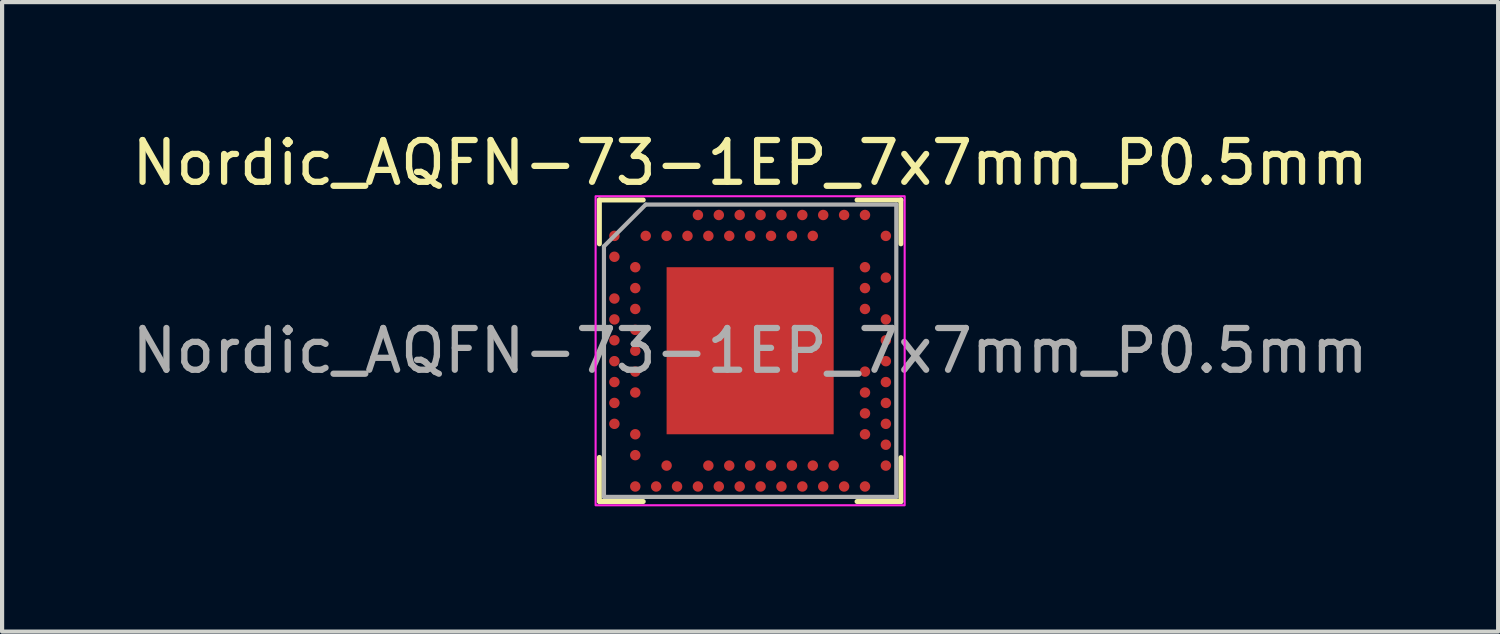
<source format=kicad_pcb>
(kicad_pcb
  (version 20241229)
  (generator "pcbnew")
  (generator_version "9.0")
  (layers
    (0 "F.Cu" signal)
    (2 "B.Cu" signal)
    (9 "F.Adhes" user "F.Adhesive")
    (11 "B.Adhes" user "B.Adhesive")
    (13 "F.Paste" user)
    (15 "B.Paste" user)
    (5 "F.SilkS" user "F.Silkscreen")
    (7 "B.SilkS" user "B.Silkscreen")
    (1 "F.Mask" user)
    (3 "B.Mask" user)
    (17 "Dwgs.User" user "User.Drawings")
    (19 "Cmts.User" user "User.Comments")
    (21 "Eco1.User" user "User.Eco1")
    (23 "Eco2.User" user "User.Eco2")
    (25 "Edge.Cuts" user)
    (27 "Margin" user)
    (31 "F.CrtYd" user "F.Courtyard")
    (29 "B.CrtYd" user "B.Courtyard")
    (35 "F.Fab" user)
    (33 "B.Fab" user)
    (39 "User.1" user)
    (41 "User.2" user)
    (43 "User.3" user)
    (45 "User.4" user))
  (footprint "Nordic_AQFN-73-1EP_7x7mm_P0.5mm"
    (layer "F.Cu")
    (at 14.911 5.348)
    (property "Reference" "Nordic_AQFN-73-1EP_7x7mm_P0.5mm" (at 0 -4.5 0) (layer "F.SilkS") (effects (font (size 1 1) (thickness 0.15))))
    (attr smd)
    (fp_line (start -3.61 -3.61) (end -3.61 -2.56) (stroke (width 0.12) (type solid)) (layer "F.SilkS"))
    (fp_line (start -3.61 2.555) (end -3.61 3.605) (stroke (width 0.12) (type solid)) (layer "F.SilkS"))
    (fp_line (start -3.61 3.61) (end -2.56 3.61) (stroke (width 0.12) (type solid)) (layer "F.SilkS"))
    (fp_line (start -2.56 -3.61) (end -3.61 -3.61) (stroke (width 0.12) (type solid)) (layer "F.SilkS"))
    (fp_line (start 2.56 3.61) (end 3.61 3.61) (stroke (width 0.12) (type solid)) (layer "F.SilkS"))
    (fp_line (start 3.61 -3.61) (end 2.56 -3.61) (stroke (width 0.12) (type solid)) (layer "F.SilkS"))
    (fp_line (start 3.61 -2.56) (end 3.61 -3.61) (stroke (width 0.12) (type solid)) (layer "F.SilkS"))
    (fp_line (start 3.61 3.61) (end 3.61 2.56) (stroke (width 0.12) (type solid)) (layer "F.SilkS"))
    (fp_rect (start 3.7 -3.7) (end -3.7 3.7) (stroke (width 0.05) (type solid)) (fill no) (layer "F.CrtYd"))
    (fp_line (start -3.5 -2.5) (end -3.5 3.5) (stroke (width 0.1) (type solid)) (layer "F.Fab"))
    (fp_line (start -3.5 -2.5) (end -2.5 -3.5) (stroke (width 0.1) (type default)) (layer "F.Fab"))
    (fp_line (start -3.5 3.5) (end 3.5 3.5) (stroke (width 0.1) (type solid)) (layer "F.Fab"))
    (fp_line (start -2.5 -3.5) (end 3.5 -3.5) (stroke (width 0.1) (type solid)) (layer "F.Fab"))
    (fp_line (start 3.5 -3.5) (end 3.5 3.5) (stroke (width 0.1) (type solid)) (layer "F.Fab"))
    (fp_text user "${REFERENCE}" (at 0 0 0) (layer "F.Fab") (effects (font (size 1 1) (thickness 0.15))))
    (pad "" smd rect (at -1 -1) (size 1.6 1.6) (layers "F.Paste"))
    (pad "" smd rect (at -1 1 180) (size 1.6 1.6) (layers "F.Paste"))
    (pad "" smd rect (at 1 -1) (size 1.6 1.6) (layers "F.Paste"))
    (pad "" smd rect (at 1 1 180) (size 1.6 1.6) (layers "F.Paste"))
    (pad "A8" smd circle (at -1.25 -3.25 180) (size 0.25 0.25) (property pad_prop_bga) (layers "F.Cu" "F.Mask" "F.Paste"))
    (pad "A10" smd circle (at -0.75 -3.25 180) (size 0.25 0.25) (property pad_prop_bga) (layers "F.Cu" "F.Mask" "F.Paste"))
    (pad "A12" smd circle (at -0.25 -3.25 180) (size 0.25 0.25) (property pad_prop_bga) (layers "F.Cu" "F.Mask" "F.Paste"))
    (pad "A14" smd circle (at 0.25 -3.25 180) (size 0.25 0.25) (property pad_prop_bga) (layers "F.Cu" "F.Mask" "F.Paste"))
    (pad "A16" smd circle (at 0.75 -3.25 180) (size 0.25 0.25) (property pad_prop_bga) (layers "F.Cu" "F.Mask" "F.Paste"))
    (pad "A18" smd circle (at 1.25 -3.25 180) (size 0.25 0.25) (property pad_prop_bga) (layers "F.Cu" "F.Mask" "F.Paste"))
    (pad "A20" smd circle (at 1.75 -3.25 180) (size 0.25 0.25) (property pad_prop_bga) (layers "F.Cu" "F.Mask" "F.Paste"))
    (pad "A22" smd circle (at 2.25 -3.25 180) (size 0.25 0.25) (property pad_prop_bga) (layers "F.Cu" "F.Mask" "F.Paste"))
    (pad "A23" smd circle (at 2.75 -3.25 180) (size 0.25 0.25) (property pad_prop_bga) (layers "F.Cu" "F.Mask" "F.Paste"))
    (pad "AA24" smd circle (at 3.25 2.25 180) (size 0.25 0.25) (property pad_prop_bga) (layers "F.Cu" "F.Mask" "F.Paste"))
    (pad "AB2" smd circle (at -2.75 2.5 180) (size 0.25 0.25) (property pad_prop_bga) (layers "F.Cu" "F.Mask" "F.Paste"))
    (pad "AC5" smd circle (at -2 2.75 180) (size 0.25 0.25) (property pad_prop_bga) (layers "F.Cu" "F.Mask" "F.Paste"))
    (pad "AC9" smd circle (at -1 2.75 180) (size 0.25 0.25) (property pad_prop_bga) (layers "F.Cu" "F.Mask" "F.Paste"))
    (pad "AC11" smd circle (at -0.5 2.75 180) (size 0.25 0.25) (property pad_prop_bga) (layers "F.Cu" "F.Mask" "F.Paste"))
    (pad "AC13" smd circle (at 0 2.75 180) (size 0.25 0.25) (property pad_prop_bga) (layers "F.Cu" "F.Mask" "F.Paste"))
    (pad "AC15" smd circle (at 0.5 2.75 180) (size 0.25 0.25) (property pad_prop_bga) (layers "F.Cu" "F.Mask" "F.Paste"))
    (pad "AC17" smd circle (at 1 2.75 180) (size 0.25 0.25) (property pad_prop_bga) (layers "F.Cu" "F.Mask" "F.Paste"))
    (pad "AC19" smd circle (at 1.5 2.75 180) (size 0.25 0.25) (property pad_prop_bga) (layers "F.Cu" "F.Mask" "F.Paste"))
    (pad "AC21" smd circle (at 2 2.75 180) (size 0.25 0.25) (property pad_prop_bga) (layers "F.Cu" "F.Mask" "F.Paste"))
    (pad "AC24" smd circle (at 3.25 2.75 180) (size 0.25 0.25) (property pad_prop_bga) (layers "F.Cu" "F.Mask" "F.Paste"))
    (pad "AD2" smd circle (at -2.75 3.25 180) (size 0.25 0.25) (property pad_prop_bga) (layers "F.Cu" "F.Mask" "F.Paste"))
    (pad "AD4" smd circle (at -2.25 3.25 180) (size 0.25 0.25) (property pad_prop_bga) (layers "F.Cu" "F.Mask" "F.Paste"))
    (pad "AD6" smd circle (at -1.75 3.25 180) (size 0.25 0.25) (property pad_prop_bga) (layers "F.Cu" "F.Mask" "F.Paste"))
    (pad "AD8" smd circle (at -1.25 3.25 180) (size 0.25 0.25) (property pad_prop_bga) (layers "F.Cu" "F.Mask" "F.Paste"))
    (pad "AD10" smd circle (at -0.75 3.25 180) (size 0.25 0.25) (property pad_prop_bga) (layers "F.Cu" "F.Mask" "F.Paste"))
    (pad "AD12" smd circle (at -0.25 3.25 180) (size 0.25 0.25) (property pad_prop_bga) (layers "F.Cu" "F.Mask" "F.Paste"))
    (pad "AD14" smd circle (at 0.25 3.25 180) (size 0.25 0.25) (property pad_prop_bga) (layers "F.Cu" "F.Mask" "F.Paste"))
    (pad "AD16" smd circle (at 0.75 3.25 180) (size 0.25 0.25) (property pad_prop_bga) (layers "F.Cu" "F.Mask" "F.Paste"))
    (pad "AD18" smd circle (at 1.25 3.25 180) (size 0.25 0.25) (property pad_prop_bga) (layers "F.Cu" "F.Mask" "F.Paste"))
    (pad "AD20" smd circle (at 1.75 3.25 180) (size 0.25 0.25) (property pad_prop_bga) (layers "F.Cu" "F.Mask" "F.Paste"))
    (pad "AD22" smd circle (at 2.25 3.25 180) (size 0.25 0.25) (property pad_prop_bga) (layers "F.Cu" "F.Mask" "F.Paste"))
    (pad "AD23" smd circle (at 2.75 3.25 180) (size 0.25 0.25) (property pad_prop_bga) (layers "F.Cu" "F.Mask" "F.Paste"))
    (pad "B1" smd circle (at -3.25 -2.75 180) (size 0.25 0.25) (property pad_prop_bga) (layers "F.Cu" "F.Mask" "F.Paste"))
    (pad "B3" smd circle (at -2.5 -2.75 180) (size 0.25 0.25) (property pad_prop_bga) (layers "F.Cu" "F.Mask" "F.Paste"))
    (pad "B5" smd circle (at -2 -2.75 180) (size 0.25 0.25) (property pad_prop_bga) (layers "F.Cu" "F.Mask" "F.Paste"))
    (pad "B7" smd circle (at -1.5 -2.75 180) (size 0.25 0.25) (property pad_prop_bga) (layers "F.Cu" "F.Mask" "F.Paste"))
    (pad "B9" smd circle (at -1 -2.75 180) (size 0.25 0.25) (property pad_prop_bga) (layers "F.Cu" "F.Mask" "F.Paste"))
    (pad "B11" smd circle (at -0.5 -2.75 180) (size 0.25 0.25) (property pad_prop_bga) (layers "F.Cu" "F.Mask" "F.Paste"))
    (pad "B13" smd circle (at 0 -2.75 180) (size 0.25 0.25) (property pad_prop_bga) (layers "F.Cu" "F.Mask" "F.Paste"))
    (pad "B15" smd circle (at 0.5 -2.75 180) (size 0.25 0.25) (property pad_prop_bga) (layers "F.Cu" "F.Mask" "F.Paste"))
    (pad "B17" smd circle (at 1 -2.75 180) (size 0.25 0.25) (property pad_prop_bga) (layers "F.Cu" "F.Mask" "F.Paste"))
    (pad "B19" smd circle (at 1.5 -2.75 180) (size 0.25 0.25) (property pad_prop_bga) (layers "F.Cu" "F.Mask" "F.Paste"))
    (pad "B24" smd circle (at 3.25 -2.75 180) (size 0.25 0.25) (property pad_prop_bga) (layers "F.Cu" "F.Mask" "F.Paste"))
    (pad "C1" smd circle (at -3.25 -2.25 180) (size 0.25 0.25) (property pad_prop_bga) (layers "F.Cu" "F.Mask" "F.Paste"))
    (pad "D2" smd circle (at -2.75 -2 180) (size 0.25 0.25) (property pad_prop_bga) (layers "F.Cu" "F.Mask" "F.Paste"))
    (pad "D23" smd circle (at 2.75 -2 180) (size 0.25 0.25) (property pad_prop_bga) (layers "F.Cu" "F.Mask" "F.Paste"))
    (pad "E24" smd circle (at 3.25 -1.75 180) (size 0.25 0.25) (property pad_prop_bga) (layers "F.Cu" "F.Mask" "F.Paste"))
    (pad "EP" smd rect (at 0 0) (size 4 4) (layers "F.Cu" "F.Mask"))
    (pad "F2" smd circle (at -2.75 -1.5 180) (size 0.25 0.25) (property pad_prop_bga) (layers "F.Cu" "F.Mask" "F.Paste"))
    (pad "F23" smd circle (at 2.75 -1.5 180) (size 0.25 0.25) (property pad_prop_bga) (layers "F.Cu" "F.Mask" "F.Paste"))
    (pad "G1" smd circle (at -3.25 -1.25 180) (size 0.25 0.25) (property pad_prop_bga) (layers "F.Cu" "F.Mask" "F.Paste"))
    (pad "H2" smd circle (at -2.75 -1 180) (size 0.25 0.25) (property pad_prop_bga) (layers "F.Cu" "F.Mask" "F.Paste"))
    (pad "H23" smd circle (at 2.75 -1 180) (size 0.25 0.25) (property pad_prop_bga) (layers "F.Cu" "F.Mask" "F.Paste"))
    (pad "J1" smd circle (at -3.25 -0.75 180) (size 0.25 0.25) (property pad_prop_bga) (layers "F.Cu" "F.Mask" "F.Paste"))
    (pad "J24" smd circle (at 3.25 -0.75 180) (size 0.25 0.25) (property pad_prop_bga) (layers "F.Cu" "F.Mask" "F.Paste"))
    (pad "K2" smd circle (at -2.75 -0.5 180) (size 0.25 0.25) (property pad_prop_bga) (layers "F.Cu" "F.Mask" "F.Paste"))
    (pad "L1" smd circle (at -3.25 -0.25 180) (size 0.25 0.25) (property pad_prop_bga) (layers "F.Cu" "F.Mask" "F.Paste"))
    (pad "L24" smd circle (at 3.25 -0.25 180) (size 0.25 0.25) (property pad_prop_bga) (layers "F.Cu" "F.Mask" "F.Paste"))
    (pad "M2" smd circle (at -2.75 0 180) (size 0.25 0.25) (property pad_prop_bga) (layers "F.Cu" "F.Mask" "F.Paste"))
    (pad "N1" smd circle (at -3.25 0.25 180) (size 0.25 0.25) (property pad_prop_bga) (layers "F.Cu" "F.Mask" "F.Paste"))
    (pad "N24" smd circle (at 3.25 0.25 180) (size 0.25 0.25) (property pad_prop_bga) (layers "F.Cu" "F.Mask" "F.Paste"))
    (pad "P2" smd circle (at -2.75 0.5 180) (size 0.25 0.25) (property pad_prop_bga) (layers "F.Cu" "F.Mask" "F.Paste"))
    (pad "P23" smd circle (at 2.75 0.5 180) (size 0.25 0.25) (property pad_prop_bga) (layers "F.Cu" "F.Mask" "F.Paste"))
    (pad "R1" smd circle (at -3.25 0.75 180) (size 0.25 0.25) (property pad_prop_bga) (layers "F.Cu" "F.Mask" "F.Paste"))
    (pad "R24" smd circle (at 3.25 0.75 180) (size 0.25 0.25) (property pad_prop_bga) (layers "F.Cu" "F.Mask" "F.Paste"))
    (pad "T2" smd circle (at -2.75 1 180) (size 0.25 0.25) (property pad_prop_bga) (layers "F.Cu" "F.Mask" "F.Paste"))
    (pad "T23" smd circle (at 2.75 1 180) (size 0.25 0.25) (property pad_prop_bga) (layers "F.Cu" "F.Mask" "F.Paste"))
    (pad "U1" smd circle (at -3.25 1.25 180) (size 0.25 0.25) (property pad_prop_bga) (layers "F.Cu" "F.Mask" "F.Paste"))
    (pad "U24" smd circle (at 3.25 1.25 180) (size 0.25 0.25) (property pad_prop_bga) (layers "F.Cu" "F.Mask" "F.Paste"))
    (pad "V23" smd circle (at 2.75 1.5 180) (size 0.25 0.25) (property pad_prop_bga) (layers "F.Cu" "F.Mask" "F.Paste"))
    (pad "W1" smd circle (at -3.25 1.75 180) (size 0.25 0.25) (property pad_prop_bga) (layers "F.Cu" "F.Mask" "F.Paste"))
    (pad "W24" smd circle (at 3.25 1.75 180) (size 0.25 0.25) (property pad_prop_bga) (layers "F.Cu" "F.Mask" "F.Paste"))
    (pad "Y2" smd circle (at -2.75 2 180) (size 0.25 0.25) (property pad_prop_bga) (layers "F.Cu" "F.Mask" "F.Paste"))
    (pad "Y23" smd circle (at 2.75 2 180) (size 0.25 0.25) (property pad_prop_bga) (layers "F.Cu" "F.Mask" "F.Paste")))
  (gr_rect
    (start -3 -3)
    (end 32.821 12.073)
    (stroke (width 0.1) (type default))
    (fill no)
    (layer "Edge.Cuts")))
</source>
